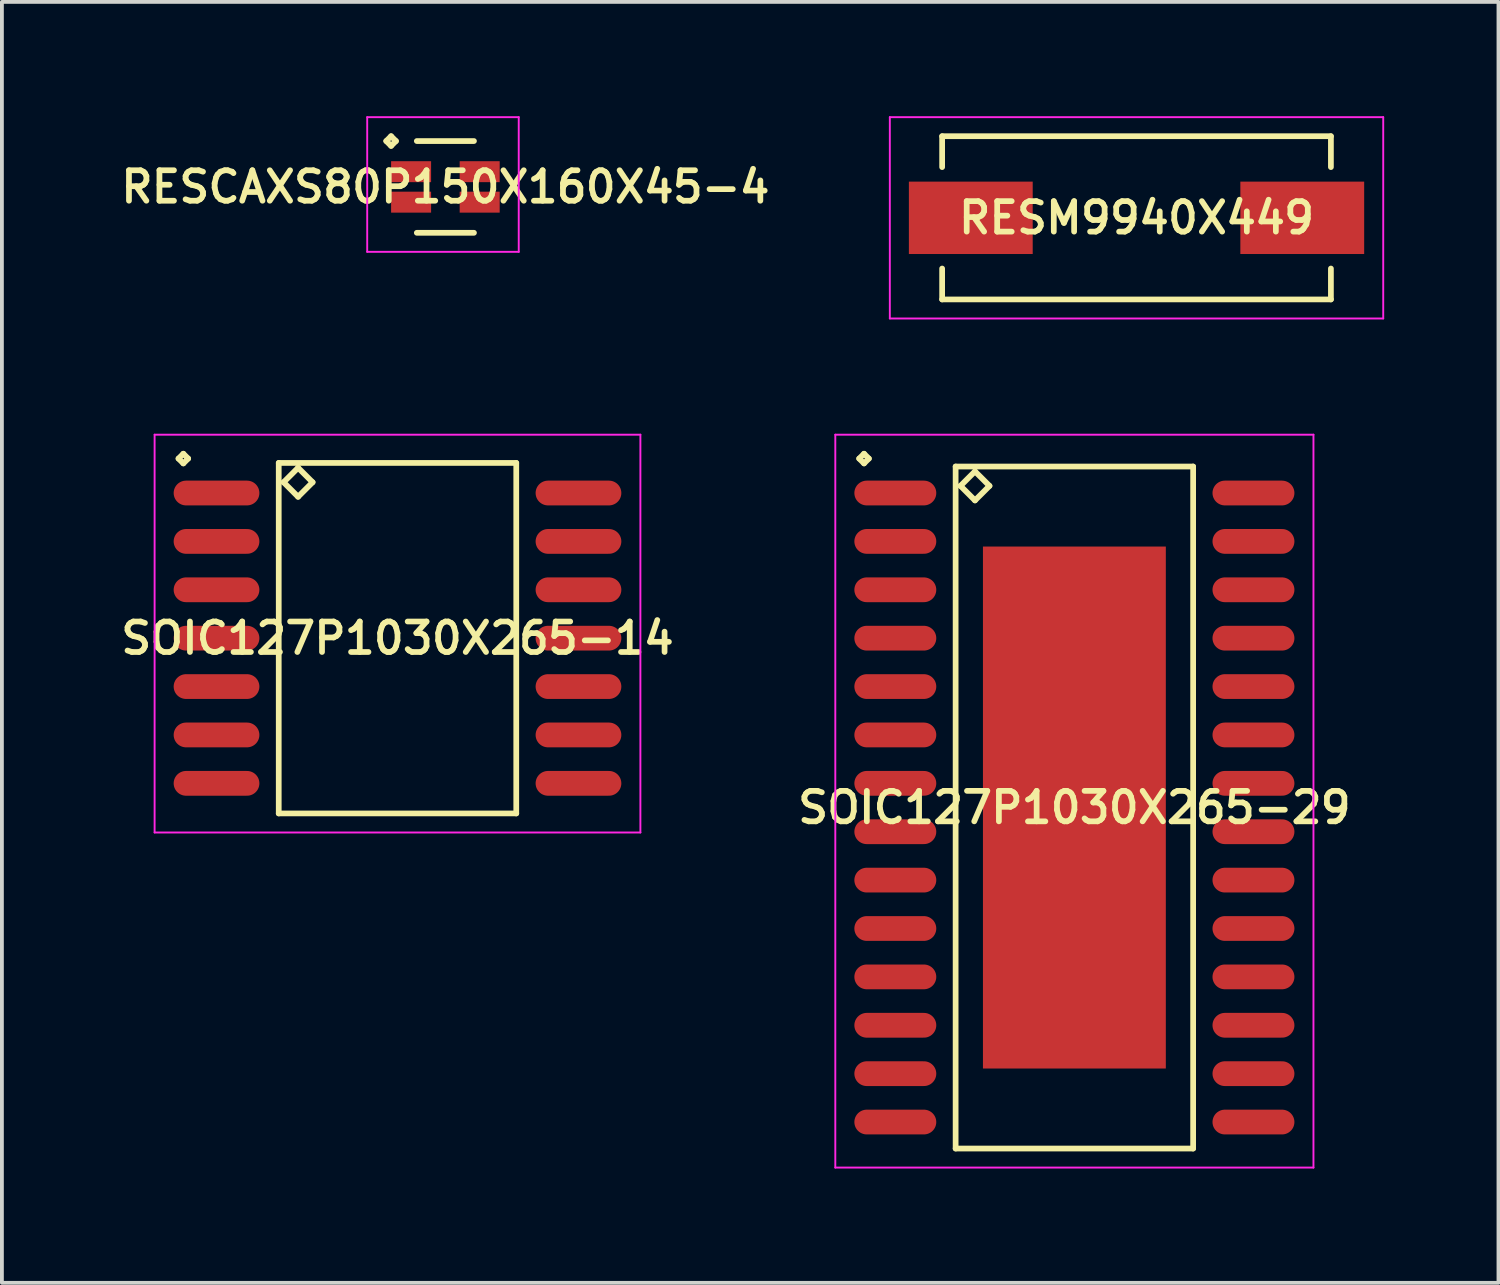
<source format=kicad_pcb>
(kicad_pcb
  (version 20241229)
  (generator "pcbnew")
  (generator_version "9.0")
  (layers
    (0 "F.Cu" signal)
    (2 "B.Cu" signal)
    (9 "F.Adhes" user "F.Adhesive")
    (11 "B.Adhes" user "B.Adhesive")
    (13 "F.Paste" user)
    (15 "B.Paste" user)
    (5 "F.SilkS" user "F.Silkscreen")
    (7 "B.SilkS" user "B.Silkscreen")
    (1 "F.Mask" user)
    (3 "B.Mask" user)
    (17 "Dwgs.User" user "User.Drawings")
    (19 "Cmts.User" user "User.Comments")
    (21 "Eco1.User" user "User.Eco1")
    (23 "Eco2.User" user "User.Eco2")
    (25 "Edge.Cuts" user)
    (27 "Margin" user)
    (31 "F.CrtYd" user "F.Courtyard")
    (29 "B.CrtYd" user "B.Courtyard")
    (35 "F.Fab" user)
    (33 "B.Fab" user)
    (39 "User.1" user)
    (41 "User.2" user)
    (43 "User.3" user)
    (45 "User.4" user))
  (footprint "RESM9940X449"
    (layer "F.Cu")
    (at 26.78 2.667)
    (property "Reference" "RESM9940X449" (at 0 0 0) (layer "F.SilkS") (effects (font (size 0.8 0.8) (thickness 0.15))))
    (attr smd)
    (fp_line (start -5.102 -2.142) (end 5.102 -2.142) (stroke (width 0.15) (type solid)) (layer "F.SilkS"))
    (fp_line (start -5.102 -1.331) (end -5.102 -2.142) (stroke (width 0.15) (type solid)) (layer "F.SilkS"))
    (fp_line (start -5.102 1.331) (end -5.102 2.142) (stroke (width 0.15) (type solid)) (layer "F.SilkS"))
    (fp_line (start -5.102 2.142) (end 5.102 2.142) (stroke (width 0.15) (type solid)) (layer "F.SilkS"))
    (fp_line (start 5.102 -2.142) (end 5.102 -1.331) (stroke (width 0.15) (type solid)) (layer "F.SilkS"))
    (fp_line (start 5.102 2.142) (end 5.102 1.331) (stroke (width 0.15) (type solid)) (layer "F.SilkS"))
    (fp_line (start -6.475 -2.642) (end 6.475 -2.642) (stroke (width 0.05) (type solid)) (layer "F.CrtYd"))
    (fp_line (start -6.475 2.642) (end -6.475 -2.642) (stroke (width 0.05) (type solid)) (layer "F.CrtYd"))
    (fp_line (start 6.475 -2.642) (end 6.475 2.642) (stroke (width 0.05) (type solid)) (layer "F.CrtYd"))
    (fp_line (start 6.475 2.642) (end -6.475 2.642) (stroke (width 0.05) (type solid)) (layer "F.CrtYd"))
    (pad "1" smd rect (at -4.35 0) (size 3.25 1.9) (layers "F.Cu" "F.Mask" "F.Paste"))
    (pad "2" smd rect (at 4.35 0) (size 3.25 1.9) (layers "F.Cu" "F.Mask" "F.Paste")))
  (footprint "RESCAXS80P150X160X45-4"
    (layer "F.Cu")
    (at 8.64 1.856)
    (property "Reference" "RESCAXS80P150X160X45-4" (at 0 0 0) (layer "F.SilkS") (effects (font (size 0.8 0.8) (thickness 0.15))))
    (attr smd)
    (fp_line (start -1.552 -1.204) (end -1.425 -1.331) (stroke (width 0.15) (type solid)) (layer "F.SilkS"))
    (fp_line (start -1.425 -1.331) (end -1.298 -1.204) (stroke (width 0.15) (type solid)) (layer "F.SilkS"))
    (fp_line (start -1.425 -1.077) (end -1.552 -1.204) (stroke (width 0.15) (type solid)) (layer "F.SilkS"))
    (fp_line (start -1.298 -1.204) (end -1.425 -1.077) (stroke (width 0.15) (type solid)) (layer "F.SilkS"))
    (fp_line (start -0.75 -1.204) (end 0.75 -1.204) (stroke (width 0.15) (type solid)) (layer "F.SilkS"))
    (fp_line (start -0.75 1.204) (end 0.75 1.204) (stroke (width 0.15) (type solid)) (layer "F.SilkS"))
    (fp_line (start -2.052 -1.831) (end 1.925 -1.831) (stroke (width 0.05) (type solid)) (layer "F.CrtYd"))
    (fp_line (start -2.052 1.704) (end -2.052 -1.831) (stroke (width 0.05) (type solid)) (layer "F.CrtYd"))
    (fp_line (start 1.925 -1.831) (end 1.925 1.704) (stroke (width 0.05) (type solid)) (layer "F.CrtYd"))
    (fp_line (start 1.925 1.704) (end -2.052 1.704) (stroke (width 0.05) (type solid)) (layer "F.CrtYd"))
    (pad "1" smd rect (at -0.9 -0.4) (size 1.05 0.55) (layers "F.Cu" "F.Mask" "F.Paste"))
    (pad "2" smd rect (at -0.9 0.4) (size 1.05 0.55) (layers "F.Cu" "F.Mask" "F.Paste"))
    (pad "3" smd rect (at 0.9 0.4) (size 1.05 0.55) (layers "F.Cu" "F.Mask" "F.Paste"))
    (pad "4" smd rect (at 0.9 -0.4) (size 1.05 0.55) (layers "F.Cu" "F.Mask" "F.Paste")))
  (footprint "SOIC127P1030X265-29"
    (layer "F.Cu")
    (at 25.149 18.145)
    (property "Reference" "SOIC127P1030X265-29" (at 0 0 0) (layer "F.SilkS") (effects (font (size 0.8 0.8) (thickness 0.15))))
    (attr smd)
    (fp_line (start -5.648 -9.159) (end -5.521 -9.286) (stroke (width 0.15) (type solid)) (layer "F.SilkS"))
    (fp_line (start -5.521 -9.286) (end -5.394 -9.159) (stroke (width 0.15) (type solid)) (layer "F.SilkS"))
    (fp_line (start -5.521 -9.032) (end -5.648 -9.159) (stroke (width 0.15) (type solid)) (layer "F.SilkS"))
    (fp_line (start -5.394 -9.159) (end -5.521 -9.032) (stroke (width 0.15) (type solid)) (layer "F.SilkS"))
    (fp_line (start -3.117 -8.95) (end -3.117 8.95) (stroke (width 0.15) (type solid)) (layer "F.SilkS"))
    (fp_line (start -3.117 8.95) (end 3.117 8.95) (stroke (width 0.15) (type solid)) (layer "F.SilkS"))
    (fp_line (start -2.99 -8.442) (end -2.609 -8.823) (stroke (width 0.15) (type solid)) (layer "F.SilkS"))
    (fp_line (start -2.609 -8.823) (end -2.228 -8.442) (stroke (width 0.15) (type solid)) (layer "F.SilkS"))
    (fp_line (start -2.609 -8.061) (end -2.99 -8.442) (stroke (width 0.15) (type solid)) (layer "F.SilkS"))
    (fp_line (start -2.228 -8.442) (end -2.609 -8.061) (stroke (width 0.15) (type solid)) (layer "F.SilkS"))
    (fp_line (start 3.117 -8.95) (end -3.117 -8.95) (stroke (width 0.15) (type solid)) (layer "F.SilkS"))
    (fp_line (start 3.117 8.95) (end 3.117 -8.95) (stroke (width 0.15) (type solid)) (layer "F.SilkS"))
    (fp_line (start -6.275 -9.786) (end 6.275 -9.786) (stroke (width 0.05) (type solid)) (layer "F.CrtYd"))
    (fp_line (start -6.275 9.45) (end -6.275 -9.786) (stroke (width 0.05) (type solid)) (layer "F.CrtYd"))
    (fp_line (start 6.275 -9.786) (end 6.275 9.45) (stroke (width 0.05) (type solid)) (layer "F.CrtYd"))
    (fp_line (start 6.275 9.45) (end -6.275 9.45) (stroke (width 0.05) (type solid)) (layer "F.CrtYd"))
    (pad "1" smd oval (at -4.7 -8.255) (size 2.15 0.65) (layers "F.Cu" "F.Mask" "F.Paste"))
    (pad "2" smd oval (at -4.7 -6.985) (size 2.15 0.65) (layers "F.Cu" "F.Mask" "F.Paste"))
    (pad "3" smd oval (at -4.7 -5.715) (size 2.15 0.65) (layers "F.Cu" "F.Mask" "F.Paste"))
    (pad "4" smd oval (at -4.7 -4.445) (size 2.15 0.65) (layers "F.Cu" "F.Mask" "F.Paste"))
    (pad "5" smd oval (at -4.7 -3.175) (size 2.15 0.65) (layers "F.Cu" "F.Mask" "F.Paste"))
    (pad "6" smd oval (at -4.7 -1.905) (size 2.15 0.65) (layers "F.Cu" "F.Mask" "F.Paste"))
    (pad "7" smd oval (at -4.7 -0.635) (size 2.15 0.65) (layers "F.Cu" "F.Mask" "F.Paste"))
    (pad "8" smd oval (at -4.7 0.635) (size 2.15 0.65) (layers "F.Cu" "F.Mask" "F.Paste"))
    (pad "9" smd oval (at -4.7 1.905) (size 2.15 0.65) (layers "F.Cu" "F.Mask" "F.Paste"))
    (pad "10" smd oval (at -4.7 3.175) (size 2.15 0.65) (layers "F.Cu" "F.Mask" "F.Paste"))
    (pad "11" smd oval (at -4.7 4.445) (size 2.15 0.65) (layers "F.Cu" "F.Mask" "F.Paste"))
    (pad "12" smd oval (at -4.7 5.715) (size 2.15 0.65) (layers "F.Cu" "F.Mask" "F.Paste"))
    (pad "13" smd oval (at -4.7 6.985) (size 2.15 0.65) (layers "F.Cu" "F.Mask" "F.Paste"))
    (pad "14" smd oval (at -4.7 8.255) (size 2.15 0.65) (layers "F.Cu" "F.Mask" "F.Paste"))
    (pad "15" smd oval (at 4.7 8.255) (size 2.15 0.65) (layers "F.Cu" "F.Mask" "F.Paste"))
    (pad "16" smd oval (at 4.7 6.985) (size 2.15 0.65) (layers "F.Cu" "F.Mask" "F.Paste"))
    (pad "17" smd oval (at 4.7 5.715) (size 2.15 0.65) (layers "F.Cu" "F.Mask" "F.Paste"))
    (pad "18" smd oval (at 4.7 4.445) (size 2.15 0.65) (layers "F.Cu" "F.Mask" "F.Paste"))
    (pad "19" smd oval (at 4.7 3.175) (size 2.15 0.65) (layers "F.Cu" "F.Mask" "F.Paste"))
    (pad "20" smd oval (at 4.7 1.905) (size 2.15 0.65) (layers "F.Cu" "F.Mask" "F.Paste"))
    (pad "21" smd oval (at 4.7 0.635) (size 2.15 0.65) (layers "F.Cu" "F.Mask" "F.Paste"))
    (pad "22" smd oval (at 4.7 -0.635) (size 2.15 0.65) (layers "F.Cu" "F.Mask" "F.Paste"))
    (pad "23" smd oval (at 4.7 -1.905) (size 2.15 0.65) (layers "F.Cu" "F.Mask" "F.Paste"))
    (pad "24" smd oval (at 4.7 -3.175) (size 2.15 0.65) (layers "F.Cu" "F.Mask" "F.Paste"))
    (pad "25" smd oval (at 4.7 -4.445) (size 2.15 0.65) (layers "F.Cu" "F.Mask" "F.Paste"))
    (pad "26" smd oval (at 4.7 -5.715) (size 2.15 0.65) (layers "F.Cu" "F.Mask" "F.Paste"))
    (pad "27" smd oval (at 4.7 -6.985) (size 2.15 0.65) (layers "F.Cu" "F.Mask" "F.Paste"))
    (pad "28" smd oval (at 4.7 -8.255) (size 2.15 0.65) (layers "F.Cu" "F.Mask" "F.Paste"))
    (pad "29" smd rect (at 0 0) (size 4.8 13.7) (layers "F.Cu" "F.Mask" "F.Paste")))
  (footprint "SOIC127P1030X265-14"
    (layer "F.Cu")
    (at 7.383 13.7)
    (property "Reference" "SOIC127P1030X265-14" (at 0 0 0) (layer "F.SilkS") (effects (font (size 0.8 0.8) (thickness 0.15))))
    (attr smd)
    (fp_line (start -5.748 -4.714) (end -5.621 -4.841) (stroke (width 0.15) (type solid)) (layer "F.SilkS"))
    (fp_line (start -5.621 -4.841) (end -5.494 -4.714) (stroke (width 0.15) (type solid)) (layer "F.SilkS"))
    (fp_line (start -5.621 -4.587) (end -5.748 -4.714) (stroke (width 0.15) (type solid)) (layer "F.SilkS"))
    (fp_line (start -5.494 -4.714) (end -5.621 -4.587) (stroke (width 0.15) (type solid)) (layer "F.SilkS"))
    (fp_line (start -3.117 -4.6) (end -3.117 4.6) (stroke (width 0.15) (type solid)) (layer "F.SilkS"))
    (fp_line (start -3.117 4.6) (end 3.117 4.6) (stroke (width 0.15) (type solid)) (layer "F.SilkS"))
    (fp_line (start -2.99 -4.092) (end -2.609 -4.473) (stroke (width 0.15) (type solid)) (layer "F.SilkS"))
    (fp_line (start -2.609 -4.473) (end -2.228 -4.092) (stroke (width 0.15) (type solid)) (layer "F.SilkS"))
    (fp_line (start -2.609 -3.711) (end -2.99 -4.092) (stroke (width 0.15) (type solid)) (layer "F.SilkS"))
    (fp_line (start -2.228 -4.092) (end -2.609 -3.711) (stroke (width 0.15) (type solid)) (layer "F.SilkS"))
    (fp_line (start 3.117 -4.6) (end -3.117 -4.6) (stroke (width 0.15) (type solid)) (layer "F.SilkS"))
    (fp_line (start 3.117 4.6) (end 3.117 -4.6) (stroke (width 0.15) (type solid)) (layer "F.SilkS"))
    (fp_line (start -6.375 -5.341) (end 6.375 -5.341) (stroke (width 0.05) (type solid)) (layer "F.CrtYd"))
    (fp_line (start -6.375 5.1) (end -6.375 -5.341) (stroke (width 0.05) (type solid)) (layer "F.CrtYd"))
    (fp_line (start 6.375 -5.341) (end 6.375 5.1) (stroke (width 0.05) (type solid)) (layer "F.CrtYd"))
    (fp_line (start 6.375 5.1) (end -6.375 5.1) (stroke (width 0.05) (type solid)) (layer "F.CrtYd"))
    (pad "1" smd oval (at -4.75 -3.81) (size 2.25 0.65) (layers "F.Cu" "F.Mask" "F.Paste"))
    (pad "2" smd oval (at -4.75 -2.54) (size 2.25 0.65) (layers "F.Cu" "F.Mask" "F.Paste"))
    (pad "3" smd oval (at -4.75 -1.27) (size 2.25 0.65) (layers "F.Cu" "F.Mask" "F.Paste"))
    (pad "4" smd oval (at -4.75 0) (size 2.25 0.65) (layers "F.Cu" "F.Mask" "F.Paste"))
    (pad "5" smd oval (at -4.75 1.27) (size 2.25 0.65) (layers "F.Cu" "F.Mask" "F.Paste"))
    (pad "6" smd oval (at -4.75 2.54) (size 2.25 0.65) (layers "F.Cu" "F.Mask" "F.Paste"))
    (pad "7" smd oval (at -4.75 3.81) (size 2.25 0.65) (layers "F.Cu" "F.Mask" "F.Paste"))
    (pad "8" smd oval (at 4.75 3.81) (size 2.25 0.65) (layers "F.Cu" "F.Mask" "F.Paste"))
    (pad "9" smd oval (at 4.75 2.54) (size 2.25 0.65) (layers "F.Cu" "F.Mask" "F.Paste"))
    (pad "10" smd oval (at 4.75 1.27) (size 2.25 0.65) (layers "F.Cu" "F.Mask" "F.Paste"))
    (pad "11" smd oval (at 4.75 0) (size 2.25 0.65) (layers "F.Cu" "F.Mask" "F.Paste"))
    (pad "12" smd oval (at 4.75 -1.27) (size 2.25 0.65) (layers "F.Cu" "F.Mask" "F.Paste"))
    (pad "13" smd oval (at 4.75 -2.54) (size 2.25 0.65) (layers "F.Cu" "F.Mask" "F.Paste"))
    (pad "14" smd oval (at 4.75 -3.81) (size 2.25 0.65) (layers "F.Cu" "F.Mask" "F.Paste")))
  (gr_rect
    (start -3 -3)
    (end 36.28 30.62)
    (stroke (width 0.1) (type default))
    (fill no)
    (layer "Edge.Cuts")))
</source>
